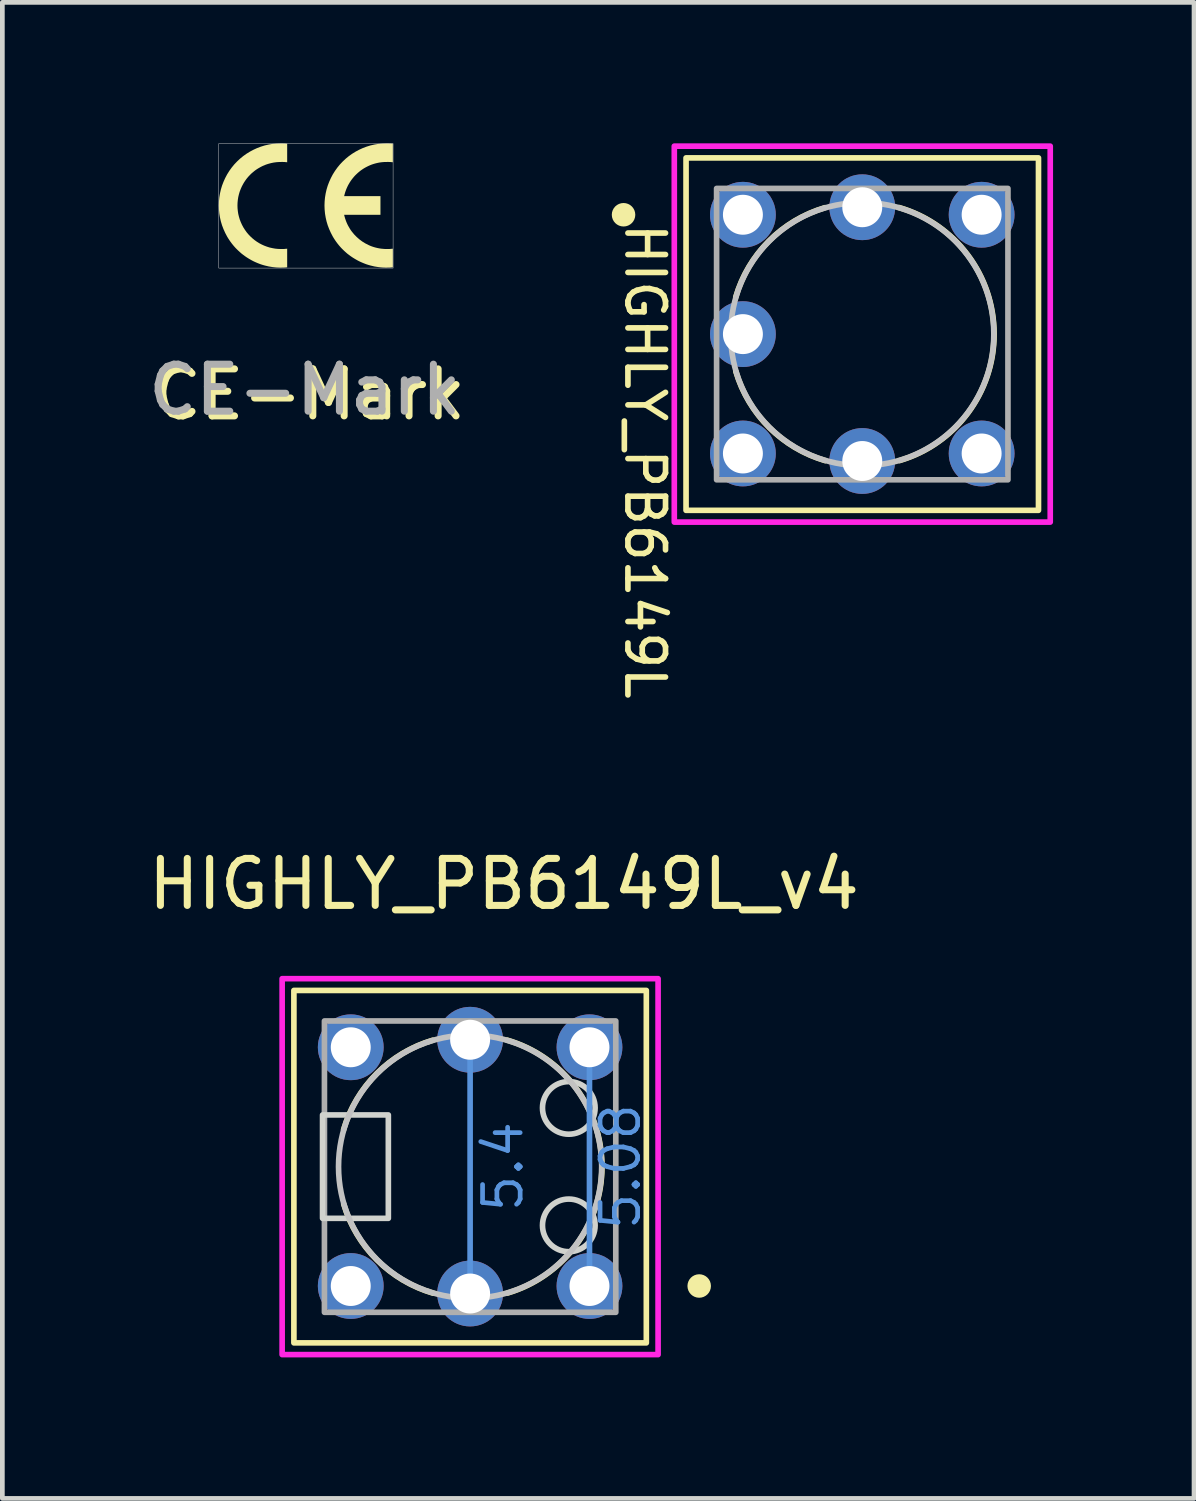
<source format=kicad_pcb>
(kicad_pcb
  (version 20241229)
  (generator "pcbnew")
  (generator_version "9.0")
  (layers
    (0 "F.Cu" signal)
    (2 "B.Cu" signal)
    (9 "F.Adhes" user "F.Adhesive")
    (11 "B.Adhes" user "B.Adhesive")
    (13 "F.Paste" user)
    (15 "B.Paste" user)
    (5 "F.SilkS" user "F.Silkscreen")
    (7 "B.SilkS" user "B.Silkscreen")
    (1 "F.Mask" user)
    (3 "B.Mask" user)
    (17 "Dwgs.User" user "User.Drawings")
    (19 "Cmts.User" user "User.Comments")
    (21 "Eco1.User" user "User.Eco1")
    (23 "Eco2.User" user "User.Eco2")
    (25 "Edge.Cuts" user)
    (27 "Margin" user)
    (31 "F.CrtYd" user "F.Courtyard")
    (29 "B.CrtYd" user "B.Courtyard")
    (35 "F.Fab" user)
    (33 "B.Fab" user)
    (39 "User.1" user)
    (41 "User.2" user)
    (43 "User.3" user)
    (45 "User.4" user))
  (footprint "CE-Mark"
    (layer "F.Cu")
    (at 3.46 1.32)
    (property "Reference" "CE-Mark" (at 0.075 4.025 0) (unlocked yes) (layer "F.SilkS") (effects (font (size 1 1) (thickness 0.15))))
    (attr smd exclude_from_bom)
    (fp_poly (pts (xy 1.735 1.325) (xy 1.751 1.325) (xy 1.768 1.325) (xy 1.784 1.324) (xy 1.801 1.323) (xy 1.817 1.322) (xy 1.834 1.32) (xy 1.85 1.319) (xy 1.85 0.922) (xy 1.834 0.924) (xy 1.817 0.925) (xy 1.801 0.927) (xy 1.784 0.928) (xy 1.768 0.928) (xy 1.751 0.929) (xy 1.735 0.929) (xy 1.718 0.929) (xy 1.677 0.928) (xy 1.637 0.925) (xy 1.597 0.921) (xy 1.558 0.915) (xy 1.519 0.907) (xy 1.481 0.898) (xy 1.443 0.887) (xy 1.406 0.875) (xy 1.37 0.861) (xy 1.334 0.845) (xy 1.265 0.81) (xy 1.2 0.77) (xy 1.138 0.724) (xy 1.08 0.673) (xy 1.026 0.618) (xy 0.977 0.558) (xy 0.954 0.527) (xy 0.933 0.494) (xy 0.913 0.46) (xy 0.894 0.426) (xy 0.877 0.391) (xy 0.861 0.354) (xy 0.847 0.317) (xy 0.834 0.279) (xy 0.823 0.241) (xy 0.813 0.201) (xy 1.586 0.201) (xy 1.586 -0.196) (xy 0.813 -0.196) (xy 0.823 -0.235) (xy 0.834 -0.274) (xy 0.847 -0.312) (xy 0.861 -0.349) (xy 0.877 -0.385) (xy 0.894 -0.421) (xy 0.913 -0.455) (xy 0.933 -0.489) (xy 0.954 -0.521) (xy 0.977 -0.553) (xy 1.001 -0.583) (xy 1.026 -0.613) (xy 1.052 -0.641) (xy 1.08 -0.668) (xy 1.108 -0.694) (xy 1.138 -0.719) (xy 1.168 -0.743) (xy 1.2 -0.765) (xy 1.232 -0.786) (xy 1.265 -0.805) (xy 1.299 -0.823) (xy 1.334 -0.84) (xy 1.37 -0.856) (xy 1.406 -0.87) (xy 1.443 -0.882) (xy 1.481 -0.893) (xy 1.519 -0.902) (xy 1.558 -0.91) (xy 1.597 -0.916) (xy 1.637 -0.92) (xy 1.677 -0.923) (xy 1.718 -0.923) (xy 1.735 -0.924) (xy 1.751 -0.924) (xy 1.768 -0.923) (xy 1.784 -0.922) (xy 1.801 -0.922) (xy 1.817 -0.92) (xy 1.834 -0.919) (xy 1.85 -0.917) (xy 1.85 -1.314) (xy 1.834 -1.315) (xy 1.817 -1.317) (xy 1.801 -1.318) (xy 1.784 -1.319) (xy 1.768 -1.319) (xy 1.751 -1.32) (xy 1.735 -1.32) (xy 1.718 -1.32) (xy 1.63 -1.317) (xy 1.543 -1.309) (xy 1.457 -1.294) (xy 1.373 -1.275) (xy 1.29 -1.249) (xy 1.21 -1.219) (xy 1.132 -1.183) (xy 1.057 -1.143) (xy 0.984 -1.098) (xy 0.914 -1.048) (xy 0.848 -0.994) (xy 0.785 -0.935) (xy 0.725 -0.872) (xy 0.67 -0.805) (xy 0.619 -0.734) (xy 0.572 -0.659) (xy 0.531 -0.581) (xy 0.495 -0.501) (xy 0.464 -0.42) (xy 0.439 -0.337) (xy 0.42 -0.253) (xy 0.406 -0.168) (xy 0.398 -0.083) (xy 0.395 0.003) (xy 0.398 0.088) (xy 0.406 0.174) (xy 0.42 0.258) (xy 0.439 0.342) (xy 0.464 0.425) (xy 0.495 0.506) (xy 0.531 0.586) (xy 0.572 0.664) (xy 0.595 0.702) (xy 0.619 0.739) (xy 0.644 0.775) (xy 0.67 0.81) (xy 0.697 0.844) (xy 0.725 0.877) (xy 0.754 0.909) (xy 0.785 0.94) (xy 0.816 0.97) (xy 0.848 0.999) (xy 0.88 1.027) (xy 0.914 1.053) (xy 0.949 1.079) (xy 0.984 1.103) (xy 1.02 1.126) (xy 1.057 1.148) (xy 1.094 1.169) (xy 1.132 1.189) (xy 1.171 1.207) (xy 1.21 1.224) (xy 1.25 1.24) (xy 1.29 1.255) (xy 1.331 1.268) (xy 1.373 1.28) (xy 1.415 1.29) (xy 1.457 1.3) (xy 1.5 1.307) (xy 1.543 1.314) (xy 1.586 1.319) (xy 1.63 1.323) (xy 1.674 1.325) (xy 1.718 1.326)) (stroke (width 0) (type solid)) (fill yes) (layer "F.SilkS"))
    (fp_poly (pts (xy -0.514 1.325) (xy -0.498 1.325) (xy -0.481 1.325) (xy -0.465 1.324) (xy -0.448 1.323) (xy -0.432 1.322) (xy -0.415 1.32) (xy -0.399 1.319) (xy -0.399 0.922) (xy -0.415 0.924) (xy -0.432 0.925) (xy -0.448 0.927) (xy -0.465 0.928) (xy -0.481 0.928) (xy -0.498 0.929) (xy -0.514 0.929) (xy -0.531 0.929) (xy -0.593 0.927) (xy -0.654 0.921) (xy -0.714 0.91) (xy -0.773 0.897) (xy -0.83 0.879) (xy -0.886 0.858) (xy -0.941 0.833) (xy -0.994 0.805) (xy -1.045 0.773) (xy -1.094 0.738) (xy -1.14 0.7) (xy -1.184 0.659) (xy -1.226 0.615) (xy -1.265 0.568) (xy -1.3 0.518) (xy -1.333 0.466) (xy -1.362 0.411) (xy -1.387 0.355) (xy -1.409 0.298) (xy -1.426 0.24) (xy -1.44 0.182) (xy -1.449 0.122) (xy -1.455 0.063) (xy -1.457 0.003) (xy -1.455 -0.057) (xy -1.449 -0.117) (xy -1.44 -0.176) (xy -1.426 -0.235) (xy -1.409 -0.293) (xy -1.387 -0.35) (xy -1.362 -0.406) (xy -1.333 -0.46) (xy -1.317 -0.487) (xy -1.3 -0.513) (xy -1.283 -0.538) (xy -1.265 -0.563) (xy -1.246 -0.586) (xy -1.226 -0.61) (xy -1.205 -0.632) (xy -1.184 -0.654) (xy -1.163 -0.675) (xy -1.14 -0.695) (xy -1.117 -0.714) (xy -1.094 -0.733) (xy -1.07 -0.751) (xy -1.045 -0.768) (xy -1.02 -0.784) (xy -0.994 -0.799) (xy -0.968 -0.814) (xy -0.941 -0.828) (xy -0.914 -0.841) (xy -0.886 -0.852) (xy -0.859 -0.864) (xy -0.83 -0.874) (xy -0.802 -0.883) (xy -0.773 -0.891) (xy -0.743 -0.899) (xy -0.714 -0.905) (xy -0.684 -0.911) (xy -0.654 -0.915) (xy -0.623 -0.919) (xy -0.593 -0.921) (xy -0.562 -0.923) (xy -0.531 -0.923) (xy -0.514 -0.924) (xy -0.498 -0.924) (xy -0.481 -0.923) (xy -0.465 -0.922) (xy -0.448 -0.922) (xy -0.432 -0.92) (xy -0.415 -0.919) (xy -0.399 -0.917) (xy -0.399 -1.314) (xy -0.415 -1.315) (xy -0.432 -1.317) (xy -0.448 -1.318) (xy -0.465 -1.319) (xy -0.481 -1.319) (xy -0.498 -1.32) (xy -0.514 -1.32) (xy -0.531 -1.32) (xy -0.619 -1.317) (xy -0.706 -1.309) (xy -0.792 -1.294) (xy -0.876 -1.275) (xy -0.959 -1.249) (xy -1.039 -1.219) (xy -1.117 -1.183) (xy -1.192 -1.143) (xy -1.265 -1.098) (xy -1.335 -1.048) (xy -1.401 -0.994) (xy -1.464 -0.935) (xy -1.524 -0.872) (xy -1.579 -0.805) (xy -1.63 -0.734) (xy -1.677 -0.659) (xy -1.718 -0.581) (xy -1.754 -0.501) (xy -1.785 -0.42) (xy -1.81 -0.337) (xy -1.829 -0.253) (xy -1.843 -0.168) (xy -1.851 -0.083) (xy -1.854 0.003) (xy -1.851 0.088) (xy -1.843 0.174) (xy -1.829 0.258) (xy -1.81 0.342) (xy -1.785 0.425) (xy -1.754 0.506) (xy -1.718 0.586) (xy -1.677 0.664) (xy -1.654 0.702) (xy -1.63 0.739) (xy -1.605 0.775) (xy -1.579 0.81) (xy -1.552 0.844) (xy -1.524 0.877) (xy -1.495 0.909) (xy -1.464 0.94) (xy -1.433 0.97) (xy -1.401 0.999) (xy -1.369 1.027) (xy -1.335 1.053) (xy -1.3 1.079) (xy -1.265 1.103) (xy -1.229 1.126) (xy -1.192 1.148) (xy -1.155 1.169) (xy -1.117 1.189) (xy -1.078 1.207) (xy -1.039 1.224) (xy -0.999 1.24) (xy -0.959 1.255) (xy -0.918 1.268) (xy -0.876 1.28) (xy -0.834 1.29) (xy -0.792 1.3) (xy -0.749 1.307) (xy -0.706 1.314) (xy -0.663 1.319) (xy -0.619 1.323) (xy -0.575 1.325) (xy -0.531 1.326)) (stroke (width 0) (type solid)) (fill yes) (layer "F.SilkS"))
    (fp_rect (start -1.855 -1.315) (end 1.855 1.335) (stroke (width 0.01) (type default)) (fill no) (layer "Dwgs.User"))
    (fp_text user "${REFERENCE}" (at -0.025 3.925 0) (unlocked yes) (layer "F.Fab") (effects (font (size 1 1) (thickness 0.15)))))
  (footprint "HIGHLY_PB6149L_v4"
    (layer "F.Cu")
    (at 6.954 21.776)
    (property "Reference" "HIGHLY_PB6149L_v4" (at 0.719 -6.014 0) (unlocked yes) (layer "F.SilkS") (effects (font (size 1 1) (thickness 0.15))))
    (attr through_hole)
    (fp_rect (start -3.75 -3.75) (end 3.75 3.75) (stroke (width 0.12) (type solid)) (fill no) (layer "F.SilkS"))
    (fp_arc (start -2.692399 -0.7874) (mid -1.9861 -1.981015) (end -0.7943 -2.690372) (stroke (width 0.12) (type solid)) (layer "F.SilkS"))
    (fp_arc (start -0.7874 2.692399) (mid -1.981015 1.9861) (end -2.690372 0.7943) (stroke (width 0.12) (type solid)) (layer "F.SilkS"))
    (fp_arc (start 0.7874 -2.692399) (mid 2.805173 -0.003596) (end 0.7943 2.690372) (stroke (width 0.12) (type solid)) (layer "F.SilkS"))
    (fp_circle (center 4.875 2.54) (end 5 2.54) (stroke (width 0.25) (type solid)) (fill no) (layer "F.SilkS"))
    (fp_circle (center 0 0) (end 2.8 0) (stroke (width 0.12) (type solid)) (fill no) (layer "Dwgs.User"))
    (fp_line (start 0 -2.7) (end 0 2.7) (stroke (width 0.12) (type solid)) (layer "Cmts.User"))
    (fp_line (start 2.54 -2.54) (end 2.54 2.54) (stroke (width 0.12) (type solid)) (layer "Cmts.User"))
    (fp_rect (start -3.14 -1.1) (end -1.74 1.1) (stroke (width 0.12) (type solid)) (fill no) (layer "Edge.Cuts"))
    (fp_circle (center 2.1 -1.25) (end 2.66 -1.25) (stroke (width 0.12) (type solid)) (fill no) (layer "Edge.Cuts"))
    (fp_circle (center 2.1 1.25) (end 2.66 1.25) (stroke (width 0.12) (type solid)) (fill no) (layer "Edge.Cuts"))
    (fp_rect (start -4 -4) (end 4 4) (stroke (width 0.12) (type solid)) (fill no) (layer "F.CrtYd"))
    (fp_rect (start -3.1 -3.1) (end 3.1 3.1) (stroke (width 0.12) (type solid)) (fill no) (layer "F.Fab"))
    (fp_text user "5.4" (at 0.7 0 90) (unlocked yes) (layer "Cmts.User") (effects (font (size 0.8 0.8) (thickness 0.1))))
    (fp_text user "5.08" (at 3.2 0 90) (unlocked yes) (layer "Cmts.User") (effects (font (size 0.8 0.8) (thickness 0.1))))
    (pad "1" thru_hole oval (at 2.54 2.54) (size 1.4 1.4) (drill oval 0.85) (layers "*.Cu" "*.Mask"))
    (pad "2" thru_hole oval (at 2.54 -2.54) (size 1.4 1.4) (drill oval 0.85) (layers "*.Cu" "*.Mask"))
    (pad "3" thru_hole oval (at -2.54 2.54) (size 1.4 1.4) (drill oval 0.85) (layers "*.Cu" "*.Mask"))
    (pad "4" thru_hole oval (at -2.54 -2.54) (size 1.4 1.4) (drill oval 0.85) (layers "*.Cu" "*.Mask"))
    (pad "L1" thru_hole circle (at 0 2.7) (size 1.4 1.4) (drill 0.85) (layers "*.Cu" "*.Mask"))
    (pad "L2" thru_hole circle (at 0 -2.7) (size 1.4 1.4) (drill 0.85) (layers "*.Cu" "*.Mask")))
  (footprint "HIGHLY_PB6149L"
    (layer "F.Cu")
    (at 15.299 4.06)
    (property "Reference" "HIGHLY_PB6149L" (at -4.623 2.706 270) (unlocked yes) (layer "F.SilkS") (effects (font (size 0.8 0.8) (thickness 0.12))))
    (attr smd)
    (fp_circle (center -2.54 0) (end -1.89 0) (stroke (width 0.05) (type solid)) (fill yes) (layer "F.Mask"))
    (fp_circle (center -2.54 0) (end -1.89 0) (stroke (width 0.05) (type solid)) (fill yes) (layer "B.Mask"))
    (fp_rect (start -3.75 -3.75) (end 3.75 3.75) (stroke (width 0.12) (type solid)) (fill no) (layer "F.SilkS"))
    (fp_arc (start -2.692399 -0.7874) (mid -1.9861 -1.981015) (end -0.7943 -2.690372) (stroke (width 0.12) (type solid)) (layer "F.SilkS"))
    (fp_arc (start -0.7874 2.692399) (mid -1.981015 1.9861) (end -2.690372 0.7943) (stroke (width 0.12) (type solid)) (layer "F.SilkS"))
    (fp_arc (start 0.7874 -2.692399) (mid 2.805173 -0.003596) (end 0.7943 2.690372) (stroke (width 0.12) (type solid)) (layer "F.SilkS"))
    (fp_circle (center -5.08 -2.54) (end -4.955 -2.54) (stroke (width 0.25) (type solid)) (fill no) (layer "F.SilkS"))
    (fp_circle (center 0 0) (end 2.8 0) (stroke (width 0.12) (type solid)) (fill no) (layer "Dwgs.User"))
    (fp_rect (start -4 -4) (end 4 4) (stroke (width 0.12) (type solid)) (fill no) (layer "F.CrtYd"))
    (fp_rect (start -3.1 -3.1) (end 3.1 3.1) (stroke (width 0.12) (type solid)) (fill no) (layer "F.Fab"))
    (pad "" thru_hole circle (at -2.54 0) (size 1.4 1.4) (drill 0.85) (layers "*.Cu" "*.Mask") (remove_unused_layers yes) (keep_end_layers yes) (zone_layer_connections))
    (pad "1" thru_hole circle (at -2.54 -2.54) (size 1.4 1.4) (drill 0.85) (layers "*.Cu" "*.Mask"))
    (pad "2" thru_hole circle (at -2.54 2.54) (size 1.4 1.4) (drill 0.85) (layers "*.Cu" "*.Mask"))
    (pad "3" thru_hole circle (at 2.54 -2.54) (size 1.4 1.4) (drill 0.85) (layers "*.Cu" "*.Mask"))
    (pad "4" thru_hole circle (at 2.54 2.54) (size 1.4 1.4) (drill 0.85) (layers "*.Cu" "*.Mask"))
    (pad "5" thru_hole circle (at 0 -2.7) (size 1.4 1.4) (drill 0.85) (layers "*.Cu" "*.Mask"))
    (pad "6" thru_hole circle (at 0 2.7) (size 1.4 1.4) (drill 0.85) (layers "*.Cu" "*.Mask")))
  (gr_rect
    (start -3 -3)
    (end 22.359 28.836)
    (stroke (width 0.1) (type default))
    (fill no)
    (layer "Edge.Cuts")))
</source>
